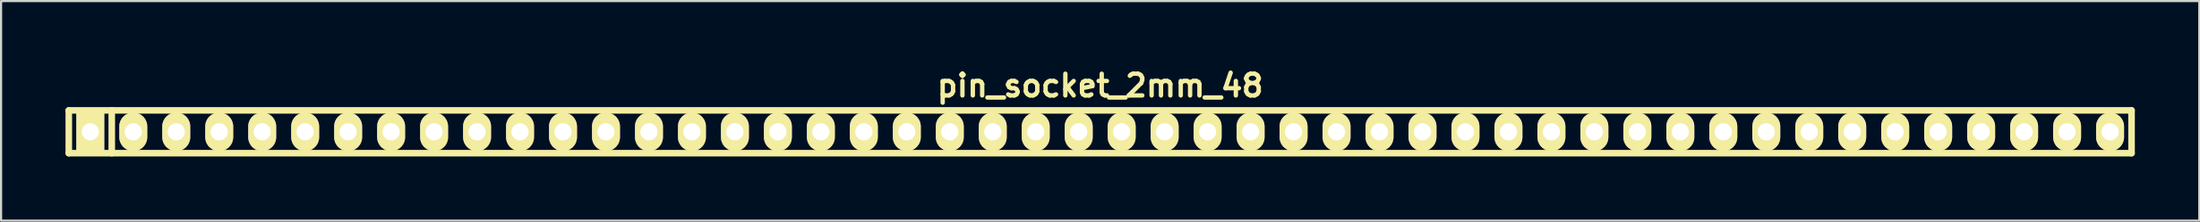
<source format=kicad_pcb>
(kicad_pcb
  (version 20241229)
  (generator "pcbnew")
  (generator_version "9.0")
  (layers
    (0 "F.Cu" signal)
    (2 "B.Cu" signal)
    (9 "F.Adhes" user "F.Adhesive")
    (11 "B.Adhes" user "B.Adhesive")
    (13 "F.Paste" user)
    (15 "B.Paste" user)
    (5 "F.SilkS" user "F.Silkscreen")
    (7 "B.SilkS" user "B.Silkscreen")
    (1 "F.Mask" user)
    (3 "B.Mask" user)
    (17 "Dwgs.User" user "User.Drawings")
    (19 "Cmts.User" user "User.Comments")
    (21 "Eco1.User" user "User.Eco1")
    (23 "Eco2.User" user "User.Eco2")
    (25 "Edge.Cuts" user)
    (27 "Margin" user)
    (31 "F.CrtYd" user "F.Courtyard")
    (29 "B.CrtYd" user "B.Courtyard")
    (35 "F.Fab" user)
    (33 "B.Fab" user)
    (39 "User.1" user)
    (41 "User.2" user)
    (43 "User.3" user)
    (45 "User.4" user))
  (footprint "pin_socket_2mm_48"
    (layer "F.Cu")
    (at 48.152 3.11)
    (property "Reference" "pin_socket_2mm_48" (at 0 -2.159 0) (layer "F.SilkS") (effects (font (size 1.016 1.016) (thickness 0.203))))
    (attr through_hole)
    (fp_line (start -48 -1) (end 48 -1) (stroke (width 0.305) (type solid)) (layer "F.SilkS"))
    (fp_line (start -48 1) (end -48 -1) (stroke (width 0.305) (type solid)) (layer "F.SilkS"))
    (fp_line (start -46 -1) (end -46 1) (stroke (width 0.305) (type solid)) (layer "F.SilkS"))
    (fp_line (start 48 -1) (end 48 1) (stroke (width 0.305) (type solid)) (layer "F.SilkS"))
    (fp_line (start 48 1) (end -48 1) (stroke (width 0.305) (type solid)) (layer "F.SilkS"))
    (pad "1" thru_hole rect (at -47 0) (size 1.3 1.8) (drill 0.8) (layers "*.Cu" "*.Mask" "F.SilkS"))
    (pad "2" thru_hole oval (at -45 0) (size 1.3 1.8) (drill 0.8) (layers "*.Cu" "*.Mask" "F.SilkS"))
    (pad "3" thru_hole oval (at -43 0) (size 1.3 1.8) (drill 0.8) (layers "*.Cu" "*.Mask" "F.SilkS"))
    (pad "4" thru_hole oval (at -41 0) (size 1.3 1.8) (drill 0.8) (layers "*.Cu" "*.Mask" "F.SilkS"))
    (pad "5" thru_hole oval (at -39 0) (size 1.3 1.8) (drill 0.8) (layers "*.Cu" "*.Mask" "F.SilkS"))
    (pad "6" thru_hole oval (at -37 0) (size 1.3 1.8) (drill 0.8) (layers "*.Cu" "*.Mask" "F.SilkS"))
    (pad "7" thru_hole oval (at -35 0) (size 1.3 1.8) (drill 0.8) (layers "*.Cu" "*.Mask" "F.SilkS"))
    (pad "8" thru_hole oval (at -33 0) (size 1.3 1.8) (drill 0.8) (layers "*.Cu" "*.Mask" "F.SilkS"))
    (pad "9" thru_hole oval (at -31 0) (size 1.3 1.8) (drill 0.8) (layers "*.Cu" "*.Mask" "F.SilkS"))
    (pad "10" thru_hole oval (at -29 0) (size 1.3 1.8) (drill 0.8) (layers "*.Cu" "*.Mask" "F.SilkS"))
    (pad "11" thru_hole oval (at -27 0) (size 1.3 1.8) (drill 0.8) (layers "*.Cu" "*.Mask" "F.SilkS"))
    (pad "12" thru_hole oval (at -25 0) (size 1.3 1.8) (drill 0.8) (layers "*.Cu" "*.Mask" "F.SilkS"))
    (pad "13" thru_hole oval (at -23 0) (size 1.3 1.8) (drill 0.8) (layers "*.Cu" "*.Mask" "F.SilkS"))
    (pad "14" thru_hole oval (at -21 0) (size 1.3 1.8) (drill 0.8) (layers "*.Cu" "*.Mask" "F.SilkS"))
    (pad "15" thru_hole oval (at -19 0) (size 1.3 1.8) (drill 0.8) (layers "*.Cu" "*.Mask" "F.SilkS"))
    (pad "16" thru_hole oval (at -17 0) (size 1.3 1.8) (drill 0.8) (layers "*.Cu" "*.Mask" "F.SilkS"))
    (pad "17" thru_hole oval (at -15 0) (size 1.3 1.8) (drill 0.8) (layers "*.Cu" "*.Mask" "F.SilkS"))
    (pad "18" thru_hole oval (at -13 0) (size 1.3 1.8) (drill 0.8) (layers "*.Cu" "*.Mask" "F.SilkS"))
    (pad "19" thru_hole oval (at -11 0) (size 1.3 1.8) (drill 0.8) (layers "*.Cu" "*.Mask" "F.SilkS"))
    (pad "20" thru_hole oval (at -9 0) (size 1.3 1.8) (drill 0.8) (layers "*.Cu" "*.Mask" "F.SilkS"))
    (pad "21" thru_hole oval (at -7 0) (size 1.3 1.8) (drill 0.8) (layers "*.Cu" "*.Mask" "F.SilkS"))
    (pad "22" thru_hole oval (at -5 0) (size 1.3 1.8) (drill 0.8) (layers "*.Cu" "*.Mask" "F.SilkS"))
    (pad "23" thru_hole oval (at -3 0) (size 1.3 1.8) (drill 0.8) (layers "*.Cu" "*.Mask" "F.SilkS"))
    (pad "24" thru_hole oval (at -1 0) (size 1.3 1.8) (drill 0.8) (layers "*.Cu" "*.Mask" "F.SilkS"))
    (pad "25" thru_hole oval (at 1 0) (size 1.3 1.8) (drill 0.8) (layers "*.Cu" "*.Mask" "F.SilkS"))
    (pad "26" thru_hole oval (at 3 0) (size 1.3 1.8) (drill 0.8) (layers "*.Cu" "*.Mask" "F.SilkS"))
    (pad "27" thru_hole oval (at 5 0) (size 1.3 1.8) (drill 0.8) (layers "*.Cu" "*.Mask" "F.SilkS"))
    (pad "28" thru_hole oval (at 7 0) (size 1.3 1.8) (drill 0.8) (layers "*.Cu" "*.Mask" "F.SilkS"))
    (pad "29" thru_hole oval (at 9 0) (size 1.3 1.8) (drill 0.8) (layers "*.Cu" "*.Mask" "F.SilkS"))
    (pad "30" thru_hole oval (at 11 0) (size 1.3 1.8) (drill 0.8) (layers "*.Cu" "*.Mask" "F.SilkS"))
    (pad "31" thru_hole oval (at 13 0) (size 1.3 1.8) (drill 0.8) (layers "*.Cu" "*.Mask" "F.SilkS"))
    (pad "32" thru_hole oval (at 15 0) (size 1.3 1.8) (drill 0.8) (layers "*.Cu" "*.Mask" "F.SilkS"))
    (pad "33" thru_hole oval (at 17 0) (size 1.3 1.8) (drill 0.8) (layers "*.Cu" "*.Mask" "F.SilkS"))
    (pad "34" thru_hole oval (at 19 0) (size 1.3 1.8) (drill 0.8) (layers "*.Cu" "*.Mask" "F.SilkS"))
    (pad "35" thru_hole oval (at 21 0) (size 1.3 1.8) (drill 0.8) (layers "*.Cu" "*.Mask" "F.SilkS"))
    (pad "36" thru_hole oval (at 23 0) (size 1.3 1.8) (drill 0.8) (layers "*.Cu" "*.Mask" "F.SilkS"))
    (pad "37" thru_hole oval (at 25 0) (size 1.3 1.8) (drill 0.8) (layers "*.Cu" "*.Mask" "F.SilkS"))
    (pad "38" thru_hole oval (at 27 0) (size 1.3 1.8) (drill 0.8) (layers "*.Cu" "*.Mask" "F.SilkS"))
    (pad "39" thru_hole oval (at 29 0) (size 1.3 1.8) (drill 0.8) (layers "*.Cu" "*.Mask" "F.SilkS"))
    (pad "40" thru_hole oval (at 31 0) (size 1.3 1.8) (drill 0.8) (layers "*.Cu" "*.Mask" "F.SilkS"))
    (pad "41" thru_hole oval (at 33 0) (size 1.3 1.8) (drill 0.8) (layers "*.Cu" "*.Mask" "F.SilkS"))
    (pad "42" thru_hole oval (at 35 0) (size 1.3 1.8) (drill 0.8) (layers "*.Cu" "*.Mask" "F.SilkS"))
    (pad "43" thru_hole oval (at 37 0) (size 1.3 1.8) (drill 0.8) (layers "*.Cu" "*.Mask" "F.SilkS"))
    (pad "44" thru_hole oval (at 39 0) (size 1.3 1.8) (drill 0.8) (layers "*.Cu" "*.Mask" "F.SilkS"))
    (pad "45" thru_hole oval (at 41 0) (size 1.3 1.8) (drill 0.8) (layers "*.Cu" "*.Mask" "F.SilkS"))
    (pad "46" thru_hole oval (at 43 0) (size 1.3 1.8) (drill 0.8) (layers "*.Cu" "*.Mask" "F.SilkS"))
    (pad "47" thru_hole oval (at 45 0) (size 1.3 1.8) (drill 0.8) (layers "*.Cu" "*.Mask" "F.SilkS"))
    (pad "48" thru_hole oval (at 47 0) (size 1.3 1.8) (drill 0.8) (layers "*.Cu" "*.Mask" "F.SilkS")))
  (gr_rect
    (start -3 -3)
    (end 99.305 7.262)
    (stroke (width 0.1) (type default))
    (fill no)
    (layer "Edge.Cuts")))
</source>
